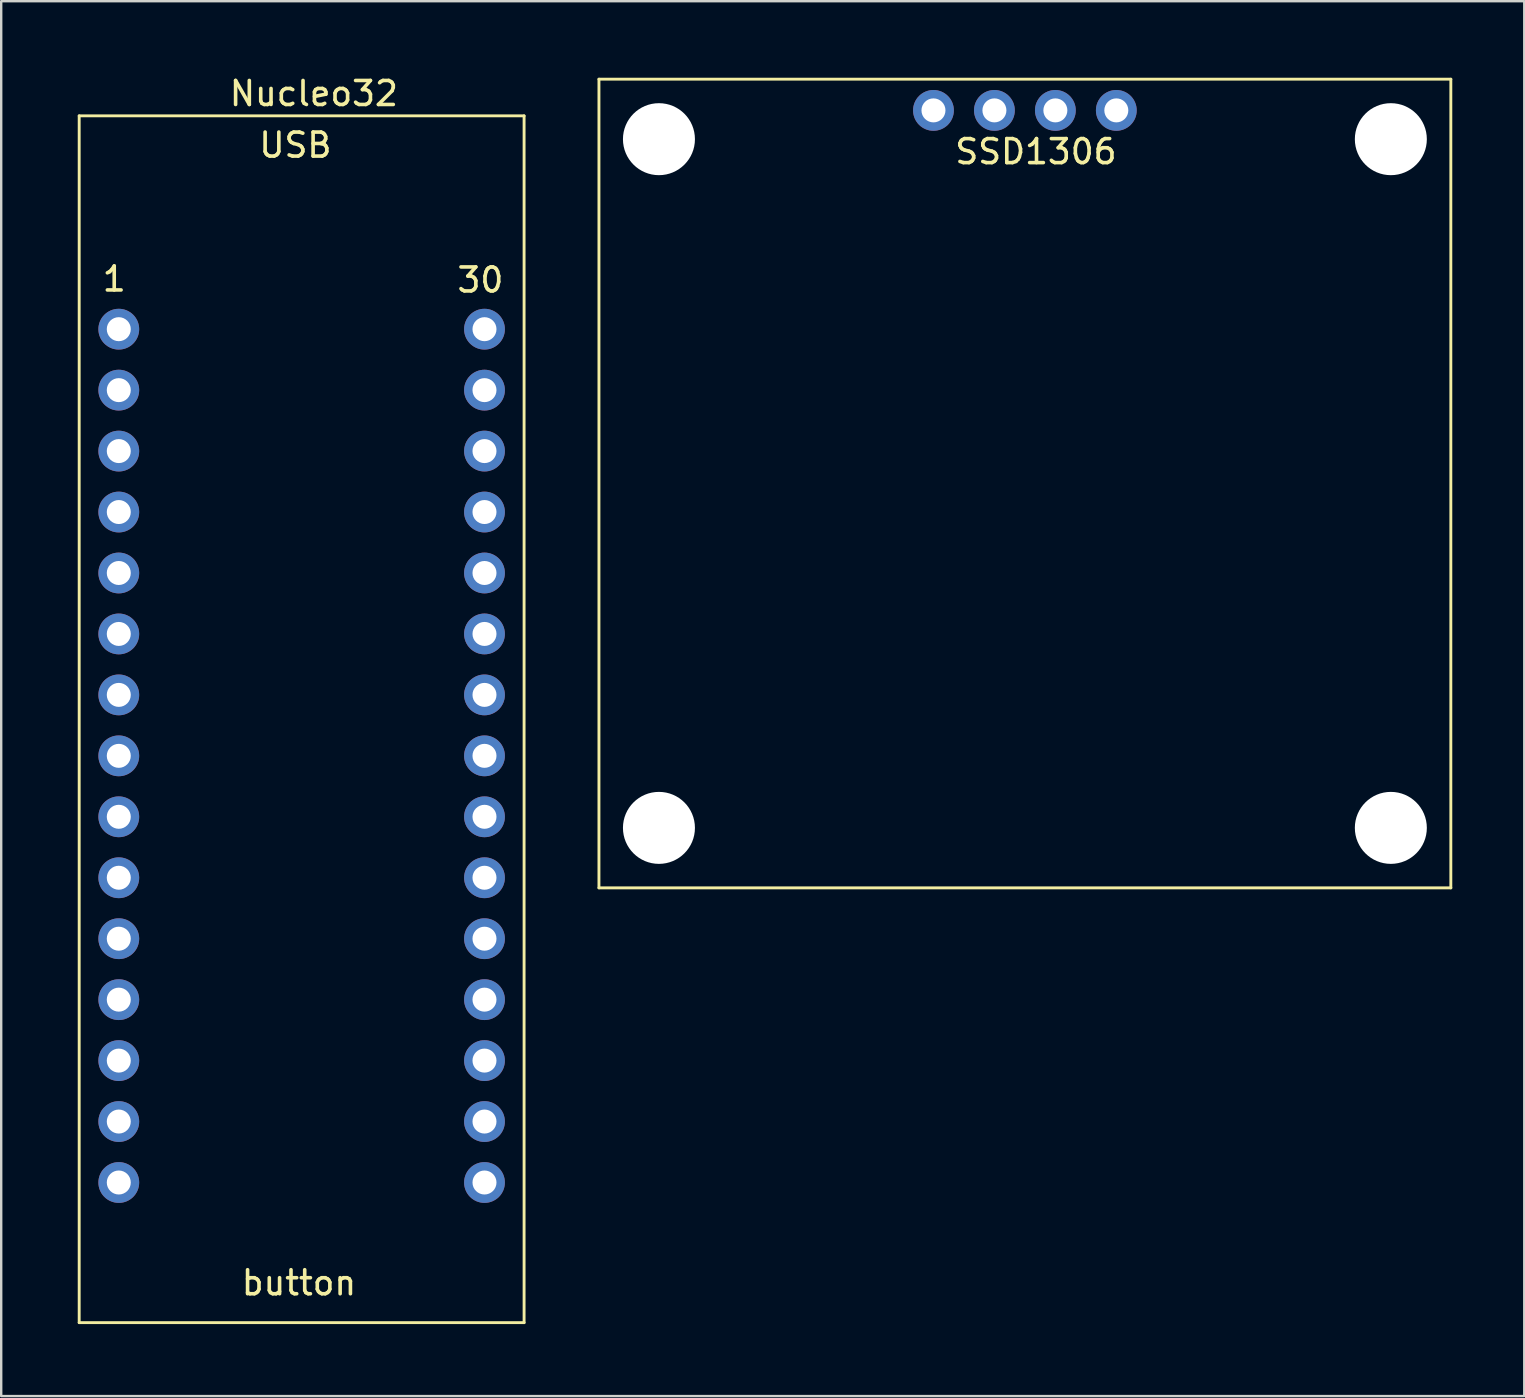
<source format=kicad_pcb>
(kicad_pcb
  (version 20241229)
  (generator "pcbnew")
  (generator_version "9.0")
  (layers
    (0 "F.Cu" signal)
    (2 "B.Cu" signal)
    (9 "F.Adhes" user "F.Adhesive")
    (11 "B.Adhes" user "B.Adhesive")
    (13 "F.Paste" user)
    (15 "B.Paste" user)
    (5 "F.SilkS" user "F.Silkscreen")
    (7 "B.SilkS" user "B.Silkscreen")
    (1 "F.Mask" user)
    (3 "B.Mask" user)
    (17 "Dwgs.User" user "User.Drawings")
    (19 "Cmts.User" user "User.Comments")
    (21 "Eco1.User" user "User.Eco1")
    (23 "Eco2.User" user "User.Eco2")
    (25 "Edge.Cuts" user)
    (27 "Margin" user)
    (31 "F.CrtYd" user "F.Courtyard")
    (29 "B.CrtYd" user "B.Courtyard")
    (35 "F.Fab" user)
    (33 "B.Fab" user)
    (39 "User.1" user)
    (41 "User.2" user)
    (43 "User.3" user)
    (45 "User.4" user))
  (footprint "SSD1306"
    (layer "F.Cu")
    (at 39.66 0.25)
    (property "Reference" "SSD1306" (at 0.46 3.02 0) (layer "F.SilkS") (effects (font (size 1 1) (thickness 0.15))))
    (attr through_hole)
    (fp_line (start -17.75 0) (end -17.75 33.7) (stroke (width 0.12) (type solid)) (layer "F.SilkS"))
    (fp_line (start -17.75 0) (end 17.75 0) (stroke (width 0.12) (type solid)) (layer "F.SilkS"))
    (fp_line (start -17.75 33.7) (end 17.75 33.7) (stroke (width 0.12) (type solid)) (layer "F.SilkS"))
    (fp_line (start 17.75 0) (end 17.75 33.7) (stroke (width 0.12) (type solid)) (layer "F.SilkS"))
    (pad "" np_thru_hole circle (at -15.25 2.5) (size 3 3) (drill 3) (layers "*.Cu" "*.Mask"))
    (pad "" np_thru_hole circle (at -15.25 31.2) (size 3 3) (drill 3) (layers "*.Cu" "*.Mask"))
    (pad "" np_thru_hole circle (at 15.25 2.5) (size 3 3) (drill 3) (layers "*.Cu" "*.Mask"))
    (pad "" np_thru_hole circle (at 15.25 31.2) (size 3 3) (drill 3) (layers "*.Cu" "*.Mask"))
    (pad "1" thru_hole circle (at -3.81 1.3) (size 1.7 1.7) (drill 1) (layers "*.Cu" "*.Mask"))
    (pad "2" thru_hole circle (at -1.27 1.3) (size 1.7 1.7) (drill 1) (layers "*.Cu" "*.Mask"))
    (pad "3" thru_hole circle (at 1.27 1.3) (size 1.7 1.7) (drill 1) (layers "*.Cu" "*.Mask"))
    (pad "4" thru_hole circle (at 3.81 1.3) (size 1.7 1.7) (drill 1) (layers "*.Cu" "*.Mask")))
  (footprint "Nucleo32"
    (layer "F.Cu")
    (at 0.25 1.778)
    (property "Reference" "Nucleo32" (at 9.78 -0.93 0) (layer "F.SilkS") (effects (font (size 1 1) (thickness 0.15))))
    (attr through_hole)
    (fp_line (start 0 0) (end 0 50.29) (stroke (width 0.12) (type solid)) (layer "F.SilkS"))
    (fp_line (start 0 0) (end 18.54 0) (stroke (width 0.12) (type solid)) (layer "F.SilkS"))
    (fp_line (start 0 50.29) (end 18.54 50.29) (stroke (width 0.12) (type solid)) (layer "F.SilkS"))
    (fp_line (start 18.54 50.29) (end 18.54 0) (stroke (width 0.12) (type solid)) (layer "F.SilkS"))
    (fp_text user "1" (at 1.46 6.8 180) (layer "F.SilkS") (effects (font (size 1 1) (thickness 0.15))))
    (fp_text user "USB" (at 9.01 1.22 0) (layer "F.SilkS") (effects (font (size 1 1) (thickness 0.15))))
    (fp_text user "30" (at 16.72 6.84 0) (layer "F.SilkS") (effects (font (size 1 1) (thickness 0.15))))
    (fp_text user "button" (at 9.16 48.63 0) (layer "F.SilkS") (effects (font (size 1 1) (thickness 0.15))))
    (pad "1" thru_hole circle (at 1.65 8.89) (size 1.7 1.7) (drill 1) (layers "*.Cu" "*.Mask"))
    (pad "2" thru_hole circle (at 1.65 11.43) (size 1.7 1.7) (drill 1) (layers "*.Cu" "*.Mask"))
    (pad "3" thru_hole circle (at 1.65 13.97) (size 1.7 1.7) (drill 1) (layers "*.Cu" "*.Mask"))
    (pad "4" thru_hole circle (at 1.65 16.51) (size 1.7 1.7) (drill 1) (layers "*.Cu" "*.Mask"))
    (pad "5" thru_hole circle (at 1.65 19.05) (size 1.7 1.7) (drill 1) (layers "*.Cu" "*.Mask"))
    (pad "6" thru_hole circle (at 1.65 21.59) (size 1.7 1.7) (drill 1) (layers "*.Cu" "*.Mask"))
    (pad "7" thru_hole circle (at 1.65 24.13) (size 1.7 1.7) (drill 1) (layers "*.Cu" "*.Mask"))
    (pad "8" thru_hole circle (at 1.65 26.67) (size 1.7 1.7) (drill 1) (layers "*.Cu" "*.Mask"))
    (pad "9" thru_hole circle (at 1.65 29.21) (size 1.7 1.7) (drill 1) (layers "*.Cu" "*.Mask"))
    (pad "10" thru_hole circle (at 1.65 31.75) (size 1.7 1.7) (drill 1) (layers "*.Cu" "*.Mask"))
    (pad "11" thru_hole circle (at 1.65 34.29) (size 1.7 1.7) (drill 1) (layers "*.Cu" "*.Mask"))
    (pad "12" thru_hole circle (at 1.65 36.83) (size 1.7 1.7) (drill 1) (layers "*.Cu" "*.Mask"))
    (pad "13" thru_hole circle (at 1.65 39.37) (size 1.7 1.7) (drill 1) (layers "*.Cu" "*.Mask"))
    (pad "14" thru_hole circle (at 1.65 41.91) (size 1.7 1.7) (drill 1) (layers "*.Cu" "*.Mask"))
    (pad "15" thru_hole circle (at 1.65 44.45) (size 1.7 1.7) (drill 1) (layers "*.Cu" "*.Mask"))
    (pad "16" thru_hole circle (at 16.89 44.45) (size 1.7 1.7) (drill 1) (layers "*.Cu" "*.Mask"))
    (pad "17" thru_hole circle (at 16.89 41.91) (size 1.7 1.7) (drill 1) (layers "*.Cu" "*.Mask"))
    (pad "18" thru_hole circle (at 16.89 39.37) (size 1.7 1.7) (drill 1) (layers "*.Cu" "*.Mask"))
    (pad "19" thru_hole circle (at 16.89 36.83) (size 1.7 1.7) (drill 1) (layers "*.Cu" "*.Mask"))
    (pad "20" thru_hole circle (at 16.89 34.29) (size 1.7 1.7) (drill 1) (layers "*.Cu" "*.Mask"))
    (pad "21" thru_hole circle (at 16.89 31.75) (size 1.7 1.7) (drill 1) (layers "*.Cu" "*.Mask"))
    (pad "22" thru_hole circle (at 16.89 29.21) (size 1.7 1.7) (drill 1) (layers "*.Cu" "*.Mask"))
    (pad "23" thru_hole circle (at 16.89 26.67) (size 1.7 1.7) (drill 1) (layers "*.Cu" "*.Mask"))
    (pad "24" thru_hole circle (at 16.89 24.13) (size 1.7 1.7) (drill 1) (layers "*.Cu" "*.Mask"))
    (pad "25" thru_hole circle (at 16.89 21.59) (size 1.7 1.7) (drill 1) (layers "*.Cu" "*.Mask"))
    (pad "26" thru_hole circle (at 16.89 19.05) (size 1.7 1.7) (drill 1) (layers "*.Cu" "*.Mask"))
    (pad "27" thru_hole circle (at 16.89 16.51) (size 1.7 1.7) (drill 1) (layers "*.Cu" "*.Mask"))
    (pad "28" thru_hole circle (at 16.89 13.97) (size 1.7 1.7) (drill 1) (layers "*.Cu" "*.Mask"))
    (pad "29" thru_hole circle (at 16.89 11.43) (size 1.7 1.7) (drill 1) (layers "*.Cu" "*.Mask"))
    (pad "30" thru_hole circle (at 16.89 8.89) (size 1.7 1.7) (drill 1) (layers "*.Cu" "*.Mask")))
  (gr_rect
    (start -3 -3)
    (end 60.47 55.128)
    (stroke (width 0.1) (type default))
    (fill no)
    (layer "Edge.Cuts")))
</source>
